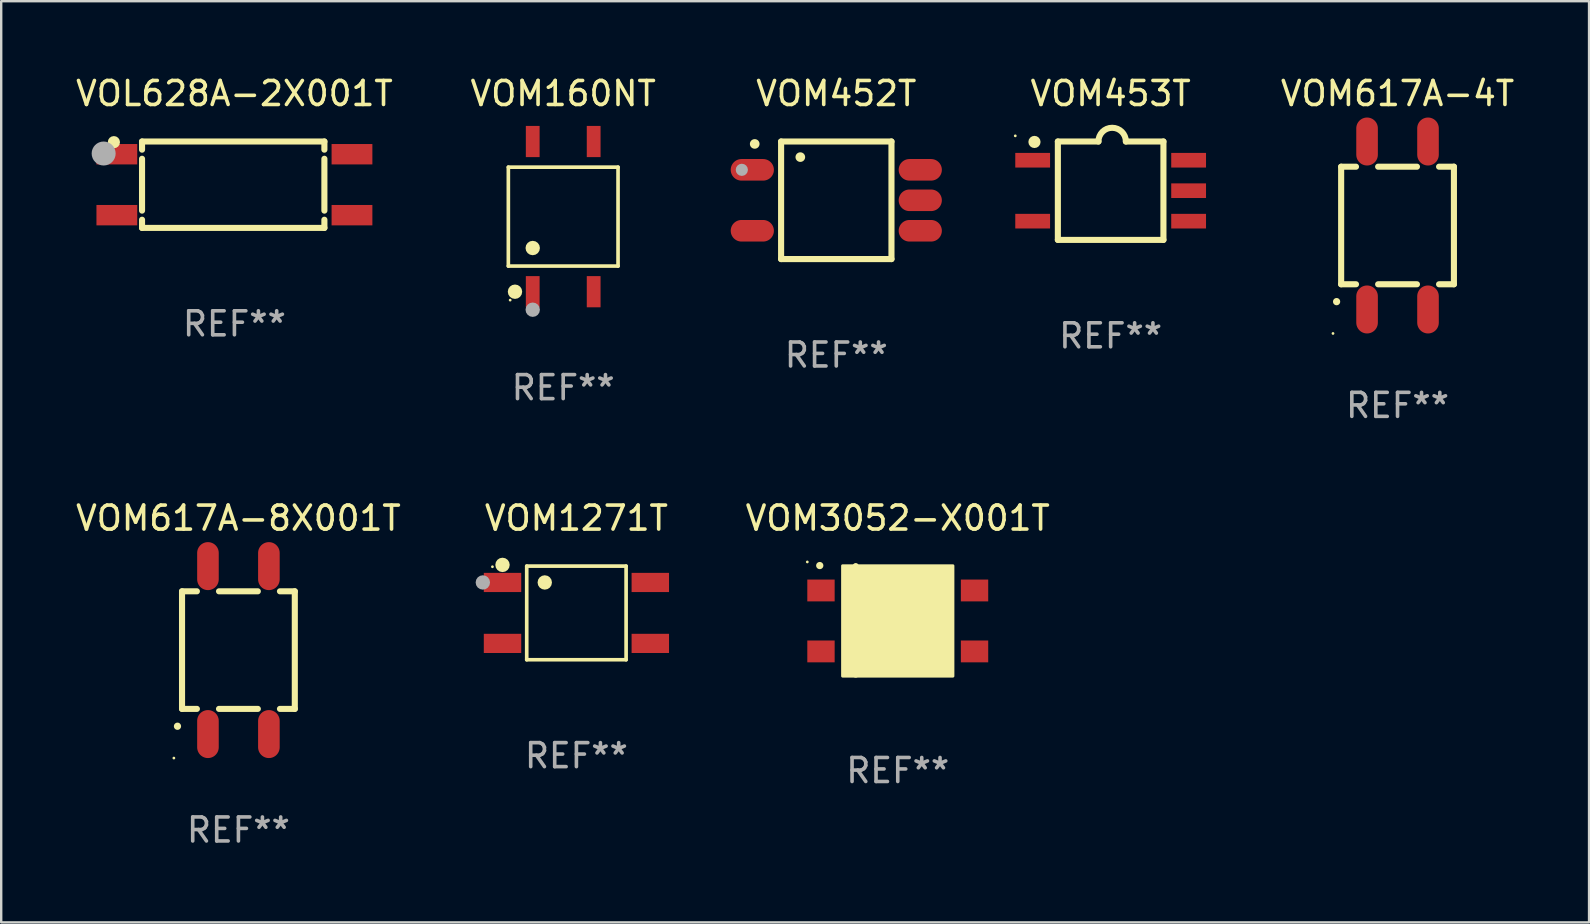
<source format=kicad_pcb>
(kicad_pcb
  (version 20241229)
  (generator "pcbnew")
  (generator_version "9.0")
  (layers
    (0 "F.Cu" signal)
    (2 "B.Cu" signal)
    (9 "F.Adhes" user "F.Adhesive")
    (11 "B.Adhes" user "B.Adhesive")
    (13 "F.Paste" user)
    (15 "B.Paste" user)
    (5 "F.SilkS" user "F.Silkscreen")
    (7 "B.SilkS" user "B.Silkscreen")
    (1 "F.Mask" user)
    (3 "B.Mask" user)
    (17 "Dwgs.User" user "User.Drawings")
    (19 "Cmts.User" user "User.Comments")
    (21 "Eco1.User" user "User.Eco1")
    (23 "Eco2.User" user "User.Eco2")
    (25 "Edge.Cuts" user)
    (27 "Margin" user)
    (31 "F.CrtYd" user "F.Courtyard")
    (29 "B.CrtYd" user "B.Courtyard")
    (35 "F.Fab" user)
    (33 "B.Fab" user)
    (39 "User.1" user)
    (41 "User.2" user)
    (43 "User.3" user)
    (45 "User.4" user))
  (footprint "VOM3052-X001T"
    (layer "F.Cu")
    (at 34.367 22.805)
    (property "Reference" "VOM3052-X001T" (at 0 -4.261 0) (layer "F.SilkS") (effects (font (size 1 1) (thickness 0.15))))
    (attr through_hole)
    (fp_line (start -1.752 -2.261) (end -1.752 2.261) (stroke (width 0.254) (type solid)) (layer "F.SilkS"))
    (fp_arc (start -3.25235 -2.283515) (mid -3.25108 -2.28352) (end -3.24981 -2.283515) (stroke (width 0.3) (type solid)) (layer "F.SilkS"))
    (fp_circle (center -3.77 -2.434) (end -3.74 -2.434) (stroke (width 0.06) (type solid)) (fill no) (layer "F.SilkS"))
    (fp_poly (pts (xy -2.3 -2.275) (xy 2.3 -2.275) (xy 2.3 2.325) (xy -2.3 2.325)) (stroke (width 0.12) (type solid)) (fill yes) (layer "F.SilkS"))
    (fp_text user "REF**" (at 0 6.261 0) (layer "F.Fab") (effects (font (size 1 1) (thickness 0.15))))
    (pad "1" smd rect (at -3.2 -1.245 90) (size 0.91 1.14) (layers "F.Cu" "F.Mask" "F.Paste"))
    (pad "2" smd rect (at -3.2 1.295 90) (size 0.91 1.14) (layers "F.Cu" "F.Mask" "F.Paste"))
    (pad "3" smd rect (at 3.2 1.295 90) (size 0.91 1.14) (layers "F.Cu" "F.Mask" "F.Paste"))
    (pad "4" smd rect (at 3.2 -1.245 90) (size 0.91 1.14) (layers "F.Cu" "F.Mask" "F.Paste")))
  (footprint "VOM617A-8X001T"
    (layer "F.Cu")
    (at 6.887 24.045)
    (property "Reference" "VOM617A-8X001T" (at 0 -5.5 0) (layer "F.SilkS") (effects (font (size 1 1) (thickness 0.15))))
    (attr through_hole)
    (fp_line (start -2.35 -2.45) (end -2.35 2.45) (stroke (width 0.254) (type solid)) (layer "F.SilkS"))
    (fp_line (start -2.35 -2.45) (end -1.731 -2.45) (stroke (width 0.254) (type solid)) (layer "F.SilkS"))
    (fp_line (start -2.35 2.45) (end -1.731 2.45) (stroke (width 0.254) (type solid)) (layer "F.SilkS"))
    (fp_line (start -0.809 -2.45) (end 0.809 -2.45) (stroke (width 0.254) (type solid)) (layer "F.SilkS"))
    (fp_line (start -0.809 2.45) (end 0.809 2.45) (stroke (width 0.254) (type solid)) (layer "F.SilkS"))
    (fp_line (start 1.731 -2.45) (end 2.35 -2.45) (stroke (width 0.254) (type solid)) (layer "F.SilkS"))
    (fp_line (start 1.731 2.45) (end 2.35 2.45) (stroke (width 0.254) (type solid)) (layer "F.SilkS"))
    (fp_line (start 2.35 -2.45) (end 2.35 2.45) (stroke (width 0.254) (type solid)) (layer "F.SilkS"))
    (fp_arc (start -2.540005 3.174879) (mid -2.54001 3.173609) (end -2.540005 3.172339) (stroke (width 0.3) (type solid)) (layer "F.SilkS"))
    (fp_circle (center -2.69 4.5) (end -2.66 4.5) (stroke (width 0.06) (type solid)) (fill no) (layer "F.SilkS"))
    (fp_text user "REF**" (at 0 7.5 0) (layer "F.Fab") (effects (font (size 1 1) (thickness 0.15))))
    (pad "1" smd oval (at -1.27 3.5 180) (size 0.9 2) (layers "F.Cu" "F.Mask" "F.Paste"))
    (pad "2" smd oval (at 1.27 3.5 180) (size 0.9 2) (layers "F.Cu" "F.Mask" "F.Paste"))
    (pad "3" smd oval (at 1.27 -3.5 180) (size 0.9 2) (layers "F.Cu" "F.Mask" "F.Paste"))
    (pad "4" smd oval (at -1.27 -3.5 180) (size 0.9 2) (layers "F.Cu" "F.Mask" "F.Paste")))
  (footprint "VOL628A-2X001T"
    (layer "F.Cu")
    (at 6.72 4.648)
    (property "Reference" "VOL628A-2X001T" (at 0 -3.8 0) (layer "F.SilkS") (effects (font (size 1 1) (thickness 0.15))))
    (attr through_hole)
    (fp_line (start -3.85 -1.8) (end 3.75 -1.8) (stroke (width 0.254) (type solid)) (layer "F.SilkS"))
    (fp_line (start -3.85 -1.46) (end -3.85 -1.8) (stroke (width 0.254) (type solid)) (layer "F.SilkS"))
    (fp_line (start -3.85 1.08) (end -3.85 -1.08) (stroke (width 0.254) (type solid)) (layer "F.SilkS"))
    (fp_line (start -3.85 1.8) (end -3.85 1.46) (stroke (width 0.254) (type solid)) (layer "F.SilkS"))
    (fp_line (start 3.75 -1.8) (end 3.75 -1.46) (stroke (width 0.254) (type solid)) (layer "F.SilkS"))
    (fp_line (start 3.75 -1.08) (end 3.75 1.08) (stroke (width 0.254) (type solid)) (layer "F.SilkS"))
    (fp_line (start 3.75 1.46) (end 3.75 1.8) (stroke (width 0.254) (type solid)) (layer "F.SilkS"))
    (fp_line (start 3.75 1.8) (end -3.85 1.8) (stroke (width 0.254) (type solid)) (layer "F.SilkS"))
    (fp_circle (center -5.023 -1.773) (end -4.896 -1.773) (stroke (width 0.254) (type solid)) (fill no) (layer "F.SilkS"))
    (fp_circle (center -5.45 -1.3) (end -5.2 -1.3) (stroke (width 0.5) (type solid)) (fill no) (layer "F.Fab"))
    (fp_text user "REF**" (at 0 5.8 0) (layer "F.Fab") (effects (font (size 1 1) (thickness 0.15))))
    (pad "1" smd rect (at -4.9 -1.27) (size 1.7 0.85) (layers "F.Cu" "F.Mask" "F.Paste"))
    (pad "2" smd rect (at -4.9 1.27) (size 1.7 0.85) (layers "F.Cu" "F.Mask" "F.Paste"))
    (pad "3" smd rect (at 4.9 1.27) (size 1.7 0.85) (layers "F.Cu" "F.Mask" "F.Paste"))
    (pad "4" smd rect (at 4.9 -1.27) (size 1.7 0.85) (layers "F.Cu" "F.Mask" "F.Paste")))
  (footprint "VOM1271T"
    (layer "F.Cu")
    (at 20.974 22.496)
    (property "Reference" "VOM1271T" (at 0 -3.951 0) (layer "F.SilkS") (effects (font (size 1 1) (thickness 0.15))))
    (attr through_hole)
    (fp_line (start -2.071 -1.951) (end 2.071 -1.951) (stroke (width 0.152) (type solid)) (layer "F.SilkS"))
    (fp_line (start -2.071 1.951) (end -2.071 -1.951) (stroke (width 0.152) (type solid)) (layer "F.SilkS"))
    (fp_line (start 2.071 -1.951) (end 2.071 1.951) (stroke (width 0.152) (type solid)) (layer "F.SilkS"))
    (fp_line (start 2.071 1.951) (end -2.071 1.951) (stroke (width 0.152) (type solid)) (layer "F.SilkS"))
    (fp_circle (center -3.5 -1.925) (end -3.47 -1.925) (stroke (width 0.06) (type solid)) (fill no) (layer "F.SilkS"))
    (fp_circle (center -3.08 -2.002) (end -2.93 -2.002) (stroke (width 0.3) (type solid)) (fill no) (layer "F.SilkS"))
    (fp_circle (center -1.319 -1.27) (end -1.169 -1.27) (stroke (width 0.3) (type solid)) (fill no) (layer "F.SilkS"))
    (fp_circle (center -3.9 -1.27) (end -3.75 -1.27) (stroke (width 0.3) (type solid)) (fill no) (layer "F.Fab"))
    (fp_text user "REF**" (at 0 5.951 0) (layer "F.Fab") (effects (font (size 1 1) (thickness 0.15))))
    (pad "1" smd rect (at -3.08 -1.27) (size 1.56 0.8) (layers "F.Cu" "F.Mask" "F.Paste"))
    (pad "2" smd rect (at -3.08 1.27) (size 1.56 0.8) (layers "F.Cu" "F.Mask" "F.Paste"))
    (pad "3" smd rect (at 3.08 1.27) (size 1.56 0.8) (layers "F.Cu" "F.Mask" "F.Paste"))
    (pad "4" smd rect (at 3.08 -1.27) (size 1.56 0.8) (layers "F.Cu" "F.Mask" "F.Paste")))
  (footprint "VOM452T"
    (layer "F.Cu")
    (at 31.805 5.298)
    (property "Reference" "VOM452T" (at 0 -4.45 0) (layer "F.SilkS") (effects (font (size 1 1) (thickness 0.15))))
    (attr through_hole)
    (fp_line (start -2.3 -2.45) (end 2.3 -2.45) (stroke (width 0.254) (type solid)) (layer "F.SilkS"))
    (fp_line (start -2.3 2.45) (end -2.3 -2.45) (stroke (width 0.254) (type solid)) (layer "F.SilkS"))
    (fp_line (start 2.3 -2.45) (end 2.3 2.45) (stroke (width 0.254) (type solid)) (layer "F.SilkS"))
    (fp_line (start 2.3 2.45) (end -2.3 2.45) (stroke (width 0.254) (type solid)) (layer "F.SilkS"))
    (fp_arc (start -3.401118 -2.349505) (mid -3.399848 -2.34951) (end -3.398578 -2.349505) (stroke (width 0.4) (type solid)) (layer "F.SilkS"))
    (fp_arc (start -1.500305 -1.8) (mid -1.499035 -1.800004) (end -1.497765 -1.8) (stroke (width 0.4) (type solid)) (layer "F.SilkS"))
    (fp_circle (center -2.286 -2.413) (end -2.256 -2.413) (stroke (width 0.06) (type solid)) (fill no) (layer "F.SilkS"))
    (fp_circle (center -3.937 -1.27) (end -3.81 -1.27) (stroke (width 0.254) (type solid)) (fill no) (layer "F.Fab"))
    (fp_text user "REF**" (at 0 6.45 0) (layer "F.Fab") (effects (font (size 1 1) (thickness 0.15))))
    (pad "1" smd oval (at -3.5 -1.27 90) (size 0.9 1.8) (layers "F.Cu" "F.Mask" "F.Paste"))
    (pad "3" smd oval (at -3.5 1.27 90) (size 0.9 1.8) (layers "F.Cu" "F.Mask" "F.Paste"))
    (pad "4" smd oval (at 3.5 1.27 90) (size 0.9 1.8) (layers "F.Cu" "F.Mask" "F.Paste"))
    (pad "5" smd oval (at 3.5 0 90) (size 0.9 1.8) (layers "F.Cu" "F.Mask" "F.Paste"))
    (pad "6" smd oval (at 3.5 -1.27 90) (size 0.9 1.8) (layers "F.Cu" "F.Mask" "F.Paste")))
  (footprint "VOM617A-4T"
    (layer "F.Cu")
    (at 55.197 6.348)
    (property "Reference" "VOM617A-4T" (at 0 -5.5 0) (layer "F.SilkS") (effects (font (size 1 1) (thickness 0.15))))
    (attr through_hole)
    (fp_line (start -2.35 -2.45) (end -2.35 2.45) (stroke (width 0.254) (type solid)) (layer "F.SilkS"))
    (fp_line (start -2.35 -2.45) (end -1.731 -2.45) (stroke (width 0.254) (type solid)) (layer "F.SilkS"))
    (fp_line (start -2.35 2.45) (end -1.731 2.45) (stroke (width 0.254) (type solid)) (layer "F.SilkS"))
    (fp_line (start -0.809 -2.45) (end 0.809 -2.45) (stroke (width 0.254) (type solid)) (layer "F.SilkS"))
    (fp_line (start -0.809 2.45) (end 0.809 2.45) (stroke (width 0.254) (type solid)) (layer "F.SilkS"))
    (fp_line (start 1.731 -2.45) (end 2.35 -2.45) (stroke (width 0.254) (type solid)) (layer "F.SilkS"))
    (fp_line (start 1.731 2.45) (end 2.35 2.45) (stroke (width 0.254) (type solid)) (layer "F.SilkS"))
    (fp_line (start 2.35 -2.45) (end 2.35 2.45) (stroke (width 0.254) (type solid)) (layer "F.SilkS"))
    (fp_arc (start -2.540005 3.174879) (mid -2.54001 3.173609) (end -2.540005 3.172339) (stroke (width 0.3) (type solid)) (layer "F.SilkS"))
    (fp_circle (center -2.69 4.5) (end -2.66 4.5) (stroke (width 0.06) (type solid)) (fill no) (layer "F.SilkS"))
    (fp_text user "REF**" (at 0 7.5 0) (layer "F.Fab") (effects (font (size 1 1) (thickness 0.15))))
    (pad "1" smd oval (at -1.27 3.5 180) (size 0.9 2) (layers "F.Cu" "F.Mask" "F.Paste"))
    (pad "2" smd oval (at 1.27 3.5 180) (size 0.9 2) (layers "F.Cu" "F.Mask" "F.Paste"))
    (pad "3" smd oval (at 1.27 -3.5 180) (size 0.9 2) (layers "F.Cu" "F.Mask" "F.Paste"))
    (pad "4" smd oval (at -1.27 -3.5 180) (size 0.9 2) (layers "F.Cu" "F.Mask" "F.Paste")))
  (footprint "VOM453T"
    (layer "F.Cu")
    (at 43.24 4.898)
    (property "Reference" "VOM453T" (at 0 -4.05 0) (layer "F.SilkS") (effects (font (size 1 1) (thickness 0.15))))
    (attr through_hole)
    (fp_line (start -2.2 -2.05) (end -0.508 -2.05) (stroke (width 0.254) (type solid)) (layer "F.SilkS"))
    (fp_line (start -2.2 2.05) (end -2.2 -2.05) (stroke (width 0.254) (type solid)) (layer "F.SilkS"))
    (fp_line (start 2.2 -2.05) (end 0.635 -2.05) (stroke (width 0.254) (type solid)) (layer "F.SilkS"))
    (fp_line (start 2.2 -2.05) (end 2.2 2.05) (stroke (width 0.254) (type solid)) (layer "F.SilkS"))
    (fp_line (start 2.2 2.05) (end -2.2 2.05) (stroke (width 0.254) (type solid)) (layer "F.SilkS"))
    (fp_arc (start -0.50927 -2.049784) (mid 0.062739 -2.621894) (end 0.63495 -2.049987) (stroke (width 0.254001) (type solid)) (layer "F.SilkS"))
    (fp_circle (center -3.975 -2.286) (end -3.945 -2.286) (stroke (width 0.06) (type solid)) (fill no) (layer "F.SilkS"))
    (fp_circle (center -3.175 -2.032) (end -3.048 -2.032) (stroke (width 0.254) (type solid)) (fill no) (layer "F.SilkS"))
    (fp_text user "REF**" (at 0 6.05 0) (layer "F.Fab") (effects (font (size 1 1) (thickness 0.15))))
    (pad "1" smd rect (at -3.25 -1.27) (size 1.45 0.61) (layers "F.Cu" "F.Mask" "F.Paste"))
    (pad "3" smd rect (at -3.25 1.27) (size 1.45 0.61) (layers "F.Cu" "F.Mask" "F.Paste"))
    (pad "4" smd rect (at 3.25 1.27) (size 1.45 0.61) (layers "F.Cu" "F.Mask" "F.Paste"))
    (pad "5" smd rect (at 3.25 0) (size 1.45 0.61) (layers "F.Cu" "F.Mask" "F.Paste"))
    (pad "6" smd rect (at 3.25 -1.27) (size 1.45 0.61) (layers "F.Cu" "F.Mask" "F.Paste")))
  (footprint "VOM160NT"
    (layer "F.Cu")
    (at 20.423 5.978)
    (property "Reference" "VOM160NT" (at 0 -5.13 0) (layer "F.SilkS") (effects (font (size 1 1) (thickness 0.15))))
    (attr through_hole)
    (fp_line (start -2.286 -2.061) (end 2.286 -2.061) (stroke (width 0.152) (type solid)) (layer "F.SilkS"))
    (fp_line (start -2.286 2.061) (end -2.286 -2.061) (stroke (width 0.152) (type solid)) (layer "F.SilkS"))
    (fp_line (start 2.286 -2.061) (end 2.286 2.061) (stroke (width 0.152) (type solid)) (layer "F.SilkS"))
    (fp_line (start 2.286 2.061) (end -2.286 2.061) (stroke (width 0.152) (type solid)) (layer "F.SilkS"))
    (fp_circle (center -2.21 3.48) (end -2.18 3.48) (stroke (width 0.06) (type solid)) (fill no) (layer "F.SilkS"))
    (fp_circle (center -2.009 3.13) (end -1.859 3.13) (stroke (width 0.3) (type solid)) (fill no) (layer "F.SilkS"))
    (fp_circle (center -1.27 1.309) (end -1.12 1.309) (stroke (width 0.3) (type solid)) (fill no) (layer "F.SilkS"))
    (fp_circle (center -1.27 3.88) (end -1.12 3.88) (stroke (width 0.3) (type solid)) (fill no) (layer "F.Fab"))
    (fp_text user "REF**" (at 0 7.13 0) (layer "F.Fab") (effects (font (size 1 1) (thickness 0.15))))
    (pad "1" smd rect (at -1.27 3.13) (size 0.574 1.3) (layers "F.Cu" "F.Mask" "F.Paste"))
    (pad "2" smd rect (at 1.27 3.13) (size 0.574 1.3) (layers "F.Cu" "F.Mask" "F.Paste"))
    (pad "3" smd rect (at 1.27 -3.13) (size 0.574 1.3) (layers "F.Cu" "F.Mask" "F.Paste"))
    (pad "4" smd rect (at -1.27 -3.13) (size 0.574 1.3) (layers "F.Cu" "F.Mask" "F.Paste")))
  (gr_rect
    (start -3 -3)
    (end 63.179 35.393)
    (stroke (width 0.1) (type default))
    (fill no)
    (layer "Edge.Cuts")))
</source>
